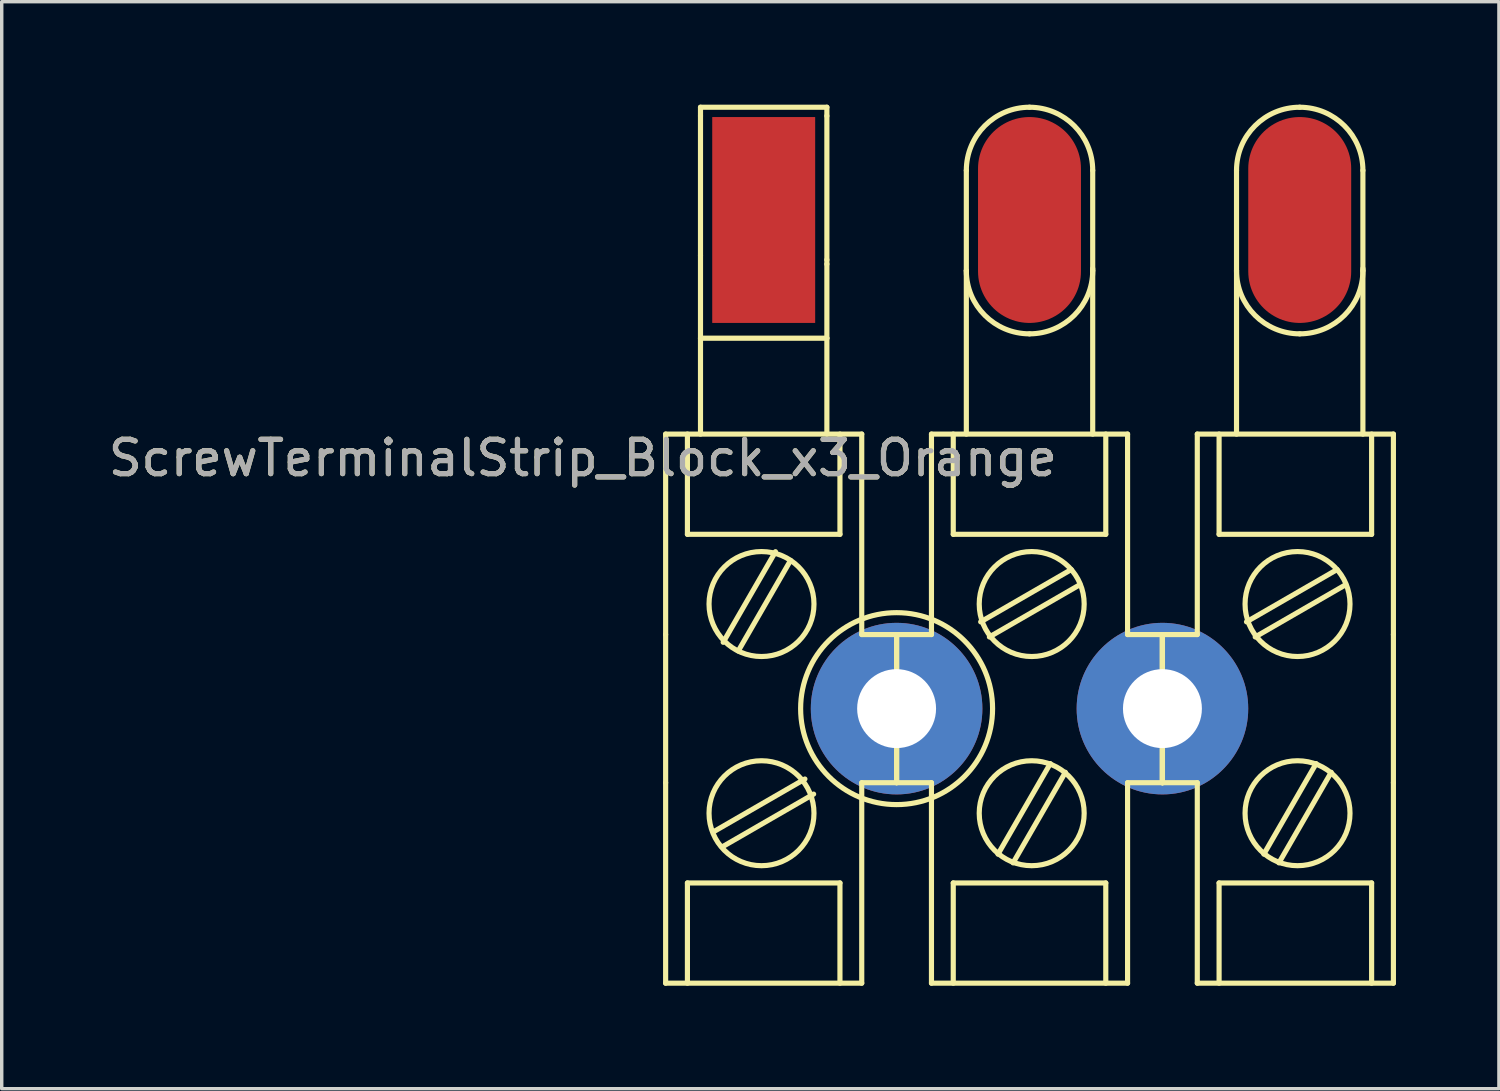
<source format=kicad_pcb>
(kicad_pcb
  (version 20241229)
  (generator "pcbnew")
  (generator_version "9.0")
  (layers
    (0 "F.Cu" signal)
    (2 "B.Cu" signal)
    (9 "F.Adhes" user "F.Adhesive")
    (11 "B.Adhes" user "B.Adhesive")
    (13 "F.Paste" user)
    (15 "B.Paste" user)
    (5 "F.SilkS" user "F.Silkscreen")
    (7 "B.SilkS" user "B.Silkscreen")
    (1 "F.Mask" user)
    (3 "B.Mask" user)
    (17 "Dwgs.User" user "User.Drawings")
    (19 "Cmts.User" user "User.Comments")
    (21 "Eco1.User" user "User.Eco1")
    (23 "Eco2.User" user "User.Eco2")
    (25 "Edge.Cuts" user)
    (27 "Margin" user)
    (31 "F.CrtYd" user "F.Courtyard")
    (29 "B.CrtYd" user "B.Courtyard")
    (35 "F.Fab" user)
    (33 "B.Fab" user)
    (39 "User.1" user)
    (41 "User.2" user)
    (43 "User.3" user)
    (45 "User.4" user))
  (footprint "ScrewTerminalStrip_Block_x3_Orange"
    (layer "F.Cu")
    (at 23.079 17.601)
    (property "Reference" "ScrewTerminalStrip_Block_x3_Orange" (at -9.144 -7.303 180) (layer "F.SilkS") (effects (font (size 1 1) (thickness 0.15))))
    (attr through_hole)
    (fp_line (start -6.731 -8.001) (end -1.016 -8.001) (stroke (width 0.15) (type solid)) (layer "F.SilkS"))
    (fp_line (start -6.731 -2.159) (end -6.731 -8.001) (stroke (width 0.15) (type solid)) (layer "F.SilkS"))
    (fp_line (start -6.731 -2.159) (end -6.731 2.159) (stroke (width 0.15) (type solid)) (layer "F.SilkS"))
    (fp_line (start -6.731 2.159) (end -6.731 8.001) (stroke (width 0.15) (type solid)) (layer "F.SilkS"))
    (fp_line (start -6.731 8.001) (end -1.016 8.001) (stroke (width 0.15) (type solid)) (layer "F.SilkS"))
    (fp_line (start -6.096 -8.001) (end -6.096 -5.08) (stroke (width 0.15) (type solid)) (layer "F.SilkS"))
    (fp_line (start -6.096 -5.08) (end -1.651 -5.08) (stroke (width 0.15) (type solid)) (layer "F.SilkS"))
    (fp_line (start -6.096 5.08) (end -6.096 8.001) (stroke (width 0.15) (type solid)) (layer "F.SilkS"))
    (fp_line (start -5.715 -17.526) (end -2.032 -17.526) (stroke (width 0.15) (type solid)) (layer "F.SilkS"))
    (fp_line (start -5.715 -17.272) (end -5.715 -17.526) (stroke (width 0.15) (type solid)) (layer "F.SilkS"))
    (fp_line (start -5.715 -17.272) (end -5.715 -13.208) (stroke (width 0.15) (type solid)) (layer "F.SilkS"))
    (fp_line (start -5.715 -10.795) (end -5.715 -13.208) (stroke (width 0.15) (type solid)) (layer "F.SilkS"))
    (fp_line (start -5.715 -10.795) (end -5.715 -8.001) (stroke (width 0.15) (type solid)) (layer "F.SilkS"))
    (fp_line (start -5.715 -10.795) (end -2.032 -10.795) (stroke (width 0.15) (type solid)) (layer "F.SilkS"))
    (fp_line (start -5.312 3.575) (end -2.672 2.051) (stroke (width 0.15) (type solid)) (layer "F.SilkS"))
    (fp_line (start -5.058 4.015) (end -2.418 2.491) (stroke (width 0.15) (type solid)) (layer "F.SilkS"))
    (fp_line (start -5.054 -1.933) (end -3.53 -4.573) (stroke (width 0.15) (type solid)) (layer "F.SilkS"))
    (fp_line (start -4.615 -1.679) (end -3.091 -4.319) (stroke (width 0.15) (type solid)) (layer "F.SilkS"))
    (fp_line (start -2.032 -17.526) (end -2.032 -17.272) (stroke (width 0.15) (type solid)) (layer "F.SilkS"))
    (fp_line (start -2.032 -17.272) (end -2.032 -13.081) (stroke (width 0.15) (type solid)) (layer "F.SilkS"))
    (fp_line (start -2.032 -13.081) (end -2.032 -12.954) (stroke (width 0.15) (type solid)) (layer "F.SilkS"))
    (fp_line (start -2.032 -12.954) (end -2.032 -10.795) (stroke (width 0.15) (type solid)) (layer "F.SilkS"))
    (fp_line (start -2.032 -10.795) (end -2.032 -8.001) (stroke (width 0.15) (type solid)) (layer "F.SilkS"))
    (fp_line (start -1.651 -5.08) (end -1.651 -8.001) (stroke (width 0.15) (type solid)) (layer "F.SilkS"))
    (fp_line (start -1.651 5.08) (end -6.096 5.08) (stroke (width 0.15) (type solid)) (layer "F.SilkS"))
    (fp_line (start -1.651 8.001) (end -1.651 5.08) (stroke (width 0.15) (type solid)) (layer "F.SilkS"))
    (fp_line (start -1.016 -2.159) (end -1.016 -8.001) (stroke (width 0.15) (type solid)) (layer "F.SilkS"))
    (fp_line (start -1.016 -2.159) (end 0 -2.159) (stroke (width 0.15) (type solid)) (layer "F.SilkS"))
    (fp_line (start -1.016 2.159) (end 0 2.159) (stroke (width 0.15) (type solid)) (layer "F.SilkS"))
    (fp_line (start -1.016 8.001) (end -1.016 2.159) (stroke (width 0.15) (type solid)) (layer "F.SilkS"))
    (fp_line (start 0 -2.159) (end 0 -1.016) (stroke (width 0.15) (type solid)) (layer "F.SilkS"))
    (fp_line (start 0 -2.159) (end 0 -1.016) (stroke (width 0.15) (type solid)) (layer "F.SilkS"))
    (fp_line (start 0 1.016) (end 0 2.159) (stroke (width 0.15) (type solid)) (layer "F.SilkS"))
    (fp_line (start 0 1.016) (end 0 2.159) (stroke (width 0.15) (type solid)) (layer "F.SilkS"))
    (fp_line (start 1.016 -8.001) (end 6.731 -8.001) (stroke (width 0.15) (type solid)) (layer "F.SilkS"))
    (fp_line (start 1.016 -2.159) (end 0 -2.159) (stroke (width 0.15) (type solid)) (layer "F.SilkS"))
    (fp_line (start 1.016 -2.159) (end 1.016 -8.001) (stroke (width 0.15) (type solid)) (layer "F.SilkS"))
    (fp_line (start 1.016 2.159) (end 0 2.159) (stroke (width 0.15) (type solid)) (layer "F.SilkS"))
    (fp_line (start 1.016 2.159) (end 1.016 8.001) (stroke (width 0.15) (type solid)) (layer "F.SilkS"))
    (fp_line (start 1.016 8.001) (end 6.731 8.001) (stroke (width 0.15) (type solid)) (layer "F.SilkS"))
    (fp_line (start 1.651 -8.001) (end 1.651 -5.08) (stroke (width 0.15) (type solid)) (layer "F.SilkS"))
    (fp_line (start 1.651 -5.08) (end 6.096 -5.08) (stroke (width 0.15) (type solid)) (layer "F.SilkS"))
    (fp_line (start 1.651 5.08) (end 1.651 8.001) (stroke (width 0.15) (type solid)) (layer "F.SilkS"))
    (fp_line (start 2.032 -15.684) (end 2.032 -12.764) (stroke (width 0.15) (type solid)) (layer "F.SilkS"))
    (fp_line (start 2.032 -12.764) (end 2.032 -8.001) (stroke (width 0.15) (type solid)) (layer "F.SilkS"))
    (fp_line (start 2.45 -2.529) (end 5.09 -4.053) (stroke (width 0.15) (type solid)) (layer "F.SilkS"))
    (fp_line (start 2.704 -2.089) (end 5.344 -3.613) (stroke (width 0.15) (type solid)) (layer "F.SilkS"))
    (fp_line (start 2.955 4.241) (end 4.479 1.601) (stroke (width 0.15) (type solid)) (layer "F.SilkS"))
    (fp_line (start 3.395 4.495) (end 4.919 1.855) (stroke (width 0.15) (type solid)) (layer "F.SilkS"))
    (fp_line (start 5.715 -15.684) (end 5.715 -12.764) (stroke (width 0.15) (type solid)) (layer "F.SilkS"))
    (fp_line (start 5.715 -12.827) (end 5.715 -8.001) (stroke (width 0.15) (type solid)) (layer "F.SilkS"))
    (fp_line (start 6.096 -5.08) (end 6.096 -8.001) (stroke (width 0.15) (type solid)) (layer "F.SilkS"))
    (fp_line (start 6.096 5.08) (end 1.651 5.08) (stroke (width 0.15) (type solid)) (layer "F.SilkS"))
    (fp_line (start 6.096 8.001) (end 6.096 5.08) (stroke (width 0.15) (type solid)) (layer "F.SilkS"))
    (fp_line (start 6.731 -2.159) (end 6.731 -8.001) (stroke (width 0.15) (type solid)) (layer "F.SilkS"))
    (fp_line (start 6.731 -2.159) (end 7.747 -2.159) (stroke (width 0.15) (type solid)) (layer "F.SilkS"))
    (fp_line (start 6.731 2.159) (end 7.747 2.159) (stroke (width 0.15) (type solid)) (layer "F.SilkS"))
    (fp_line (start 6.731 8.001) (end 6.731 2.159) (stroke (width 0.15) (type solid)) (layer "F.SilkS"))
    (fp_line (start 7.747 -2.159) (end 7.747 -1.016) (stroke (width 0.15) (type solid)) (layer "F.SilkS"))
    (fp_line (start 7.747 -2.159) (end 7.747 -1.016) (stroke (width 0.15) (type solid)) (layer "F.SilkS"))
    (fp_line (start 7.747 -2.159) (end 7.747 -1.016) (stroke (width 0.15) (type solid)) (layer "F.SilkS"))
    (fp_line (start 7.747 -2.159) (end 7.747 -1.016) (stroke (width 0.15) (type solid)) (layer "F.SilkS"))
    (fp_line (start 7.747 1.016) (end 7.747 2.159) (stroke (width 0.15) (type solid)) (layer "F.SilkS"))
    (fp_line (start 7.747 1.016) (end 7.747 2.159) (stroke (width 0.15) (type solid)) (layer "F.SilkS"))
    (fp_line (start 7.747 1.016) (end 7.747 2.159) (stroke (width 0.15) (type solid)) (layer "F.SilkS"))
    (fp_line (start 7.747 1.016) (end 7.747 2.159) (stroke (width 0.15) (type solid)) (layer "F.SilkS"))
    (fp_line (start 8.763 -8.001) (end 14.478 -8.001) (stroke (width 0.15) (type solid)) (layer "F.SilkS"))
    (fp_line (start 8.763 -2.159) (end 7.747 -2.159) (stroke (width 0.15) (type solid)) (layer "F.SilkS"))
    (fp_line (start 8.763 -2.159) (end 8.763 -8.001) (stroke (width 0.15) (type solid)) (layer "F.SilkS"))
    (fp_line (start 8.763 2.159) (end 7.747 2.159) (stroke (width 0.15) (type solid)) (layer "F.SilkS"))
    (fp_line (start 8.763 2.159) (end 8.763 8.001) (stroke (width 0.15) (type solid)) (layer "F.SilkS"))
    (fp_line (start 8.763 8.001) (end 14.478 8.001) (stroke (width 0.15) (type solid)) (layer "F.SilkS"))
    (fp_line (start 9.398 -8.001) (end 9.398 -5.08) (stroke (width 0.15) (type solid)) (layer "F.SilkS"))
    (fp_line (start 9.398 -5.08) (end 13.843 -5.08) (stroke (width 0.15) (type solid)) (layer "F.SilkS"))
    (fp_line (start 9.398 5.08) (end 9.398 8.001) (stroke (width 0.15) (type solid)) (layer "F.SilkS"))
    (fp_line (start 9.906 -15.684) (end 9.906 -12.764) (stroke (width 0.15) (type solid)) (layer "F.SilkS"))
    (fp_line (start 9.906 -12.764) (end 9.906 -8.001) (stroke (width 0.15) (type solid)) (layer "F.SilkS"))
    (fp_line (start 10.197 -2.529) (end 12.837 -4.053) (stroke (width 0.15) (type solid)) (layer "F.SilkS"))
    (fp_line (start 10.451 -2.089) (end 13.091 -3.613) (stroke (width 0.15) (type solid)) (layer "F.SilkS"))
    (fp_line (start 10.702 4.241) (end 12.226 1.601) (stroke (width 0.15) (type solid)) (layer "F.SilkS"))
    (fp_line (start 11.142 4.495) (end 12.666 1.855) (stroke (width 0.15) (type solid)) (layer "F.SilkS"))
    (fp_line (start 13.589 -15.684) (end 13.589 -12.764) (stroke (width 0.15) (type solid)) (layer "F.SilkS"))
    (fp_line (start 13.589 -12.827) (end 13.589 -8.001) (stroke (width 0.15) (type solid)) (layer "F.SilkS"))
    (fp_line (start 13.843 -5.08) (end 13.843 -8.001) (stroke (width 0.15) (type solid)) (layer "F.SilkS"))
    (fp_line (start 13.843 5.08) (end 9.398 5.08) (stroke (width 0.15) (type solid)) (layer "F.SilkS"))
    (fp_line (start 13.843 8.001) (end 13.843 5.08) (stroke (width 0.15) (type solid)) (layer "F.SilkS"))
    (fp_line (start 14.478 -2.159) (end 14.478 -8.001) (stroke (width 0.15) (type solid)) (layer "F.SilkS"))
    (fp_line (start 14.478 2.159) (end 14.478 -2.159) (stroke (width 0.15) (type solid)) (layer "F.SilkS"))
    (fp_line (start 14.478 8.001) (end 14.478 2.159) (stroke (width 0.15) (type solid)) (layer "F.SilkS"))
    (fp_arc (start -1.016 0) (mid -0.71842 -0.71842) (end 0 -1.016) (stroke (width 0.15) (type solid)) (layer "F.SilkS"))
    (fp_arc (start 0 -1.016) (mid 0.71842 -0.71842) (end 1.016 0) (stroke (width 0.15) (type solid)) (layer "F.SilkS"))
    (fp_arc (start 0 1.016) (mid -0.71842 0.71842) (end -1.016 0) (stroke (width 0.15) (type solid)) (layer "F.SilkS"))
    (fp_arc (start 1.016 0) (mid 0.71842 0.71842) (end 0 1.016) (stroke (width 0.15) (type solid)) (layer "F.SilkS"))
    (fp_arc (start 2.032 -15.6845) (mid 2.571363 -16.986637) (end 3.8735 -17.526) (stroke (width 0.15) (type solid)) (layer "F.SilkS"))
    (fp_arc (start 3.8735 -17.526) (mid 5.175637 -16.986637) (end 5.715 -15.6845) (stroke (width 0.15) (type solid)) (layer "F.SilkS"))
    (fp_arc (start 3.8735 -10.922) (mid 2.571363 -11.461363) (end 2.032 -12.7635) (stroke (width 0.15) (type solid)) (layer "F.SilkS"))
    (fp_arc (start 5.715 -12.7635) (mid 5.175637 -11.461363) (end 3.8735 -10.922) (stroke (width 0.15) (type solid)) (layer "F.SilkS"))
    (fp_arc (start 6.731 0) (mid 7.02858 -0.71842) (end 7.747 -1.016) (stroke (width 0.15) (type solid)) (layer "F.SilkS"))
    (fp_arc (start 7.747 -1.016) (mid 8.46542 -0.71842) (end 8.763 0) (stroke (width 0.15) (type solid)) (layer "F.SilkS"))
    (fp_arc (start 7.747 1.016) (mid 7.02858 0.71842) (end 6.731 0) (stroke (width 0.15) (type solid)) (layer "F.SilkS"))
    (fp_arc (start 8.763 0) (mid 8.46542 0.71842) (end 7.747 1.016) (stroke (width 0.15) (type solid)) (layer "F.SilkS"))
    (fp_arc (start 9.906 -15.6845) (mid 10.445363 -16.986637) (end 11.7475 -17.526) (stroke (width 0.15) (type solid)) (layer "F.SilkS"))
    (fp_arc (start 11.7475 -17.526) (mid 13.049637 -16.986637) (end 13.589 -15.6845) (stroke (width 0.15) (type solid)) (layer "F.SilkS"))
    (fp_arc (start 11.7475 -10.922) (mid 10.445363 -11.461363) (end 9.906 -12.7635) (stroke (width 0.15) (type solid)) (layer "F.SilkS"))
    (fp_arc (start 13.589 -12.7635) (mid 13.049637 -11.461363) (end 11.7475 -10.922) (stroke (width 0.15) (type solid)) (layer "F.SilkS"))
    (fp_circle (center -3.937 -3.048) (end -2.413 -3.175) (stroke (width 0.15) (type solid)) (fill no) (layer "F.SilkS"))
    (fp_circle (center -3.937 3.048) (end -2.413 2.921) (stroke (width 0.15) (type solid)) (fill no) (layer "F.SilkS"))
    (fp_circle (center 0 0) (end 2.794 -0.127) (stroke (width 0.15) (type solid)) (fill no) (layer "F.SilkS"))
    (fp_circle (center 3.937 -3.048) (end 5.461 -3.175) (stroke (width 0.15) (type solid)) (fill no) (layer "F.SilkS"))
    (fp_circle (center 3.937 3.048) (end 5.461 2.921) (stroke (width 0.15) (type solid)) (fill no) (layer "F.SilkS"))
    (fp_circle (center 11.684 -3.048) (end 13.208 -3.175) (stroke (width 0.15) (type solid)) (fill no) (layer "F.SilkS"))
    (fp_circle (center 11.684 3.048) (end 13.208 2.921) (stroke (width 0.15) (type solid)) (fill no) (layer "F.SilkS"))
    (fp_text user "${REFERENCE}" (at -9.144 -7.303 0) (layer "F.Fab") (effects (font (size 1 1) (thickness 0.15))))
    (pad "1" smd rect (at -3.873 -14.24) (size 3 6) (layers "F.Cu" "F.Mask" "F.Paste"))
    (pad "2" smd oval (at 3.873 -14.24) (size 3 6) (layers "F.Cu" "F.Mask" "F.Paste"))
    (pad "3" smd oval (at 11.748 -14.24) (size 3 6) (layers "F.Cu" "F.Mask" "F.Paste"))
    (pad "101" thru_hole circle (at 0 0) (size 5 5) (drill 2.3) (layers "*.Cu" "*.Mask"))
    (pad "101" thru_hole circle (at 7.747 0) (size 5 5) (drill 2.3) (layers "*.Cu" "*.Mask"))
    (pad "102" thru_hole circle (at 0 0) (size 1 1) (drill 0.3) (layers "*.Cu" "*.Mask"))
    (pad "102" thru_hole circle (at 7.747 0) (size 1 1) (drill 0.3) (layers "*.Cu" "*.Mask")))
  (gr_rect
    (start -3 -3)
    (end 40.632 28.677)
    (stroke (width 0.1) (type default))
    (fill no)
    (layer "Edge.Cuts")))
</source>
